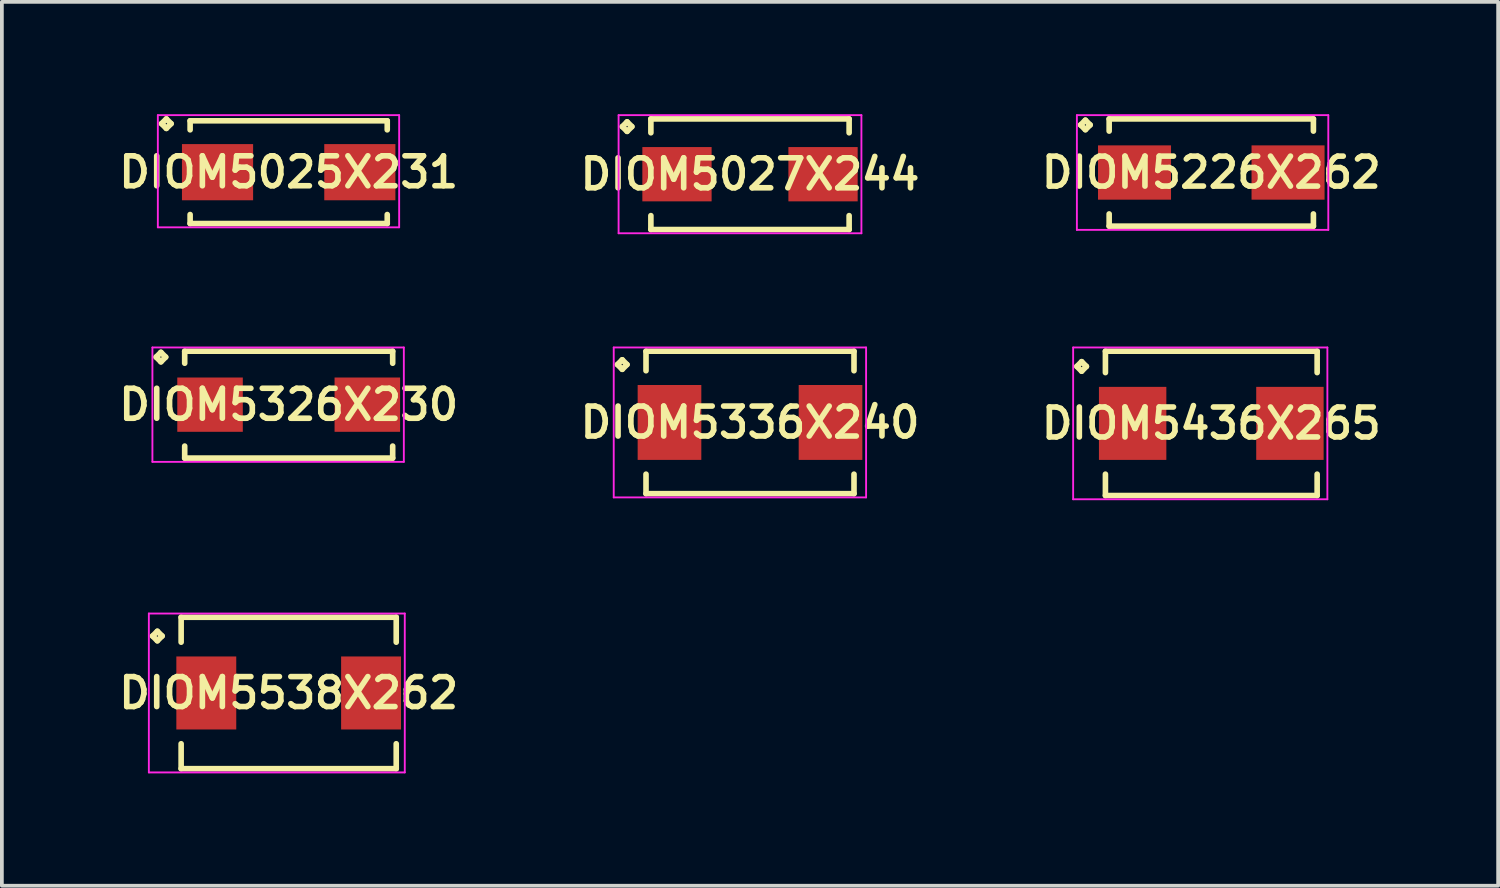
<source format=kicad_pcb>
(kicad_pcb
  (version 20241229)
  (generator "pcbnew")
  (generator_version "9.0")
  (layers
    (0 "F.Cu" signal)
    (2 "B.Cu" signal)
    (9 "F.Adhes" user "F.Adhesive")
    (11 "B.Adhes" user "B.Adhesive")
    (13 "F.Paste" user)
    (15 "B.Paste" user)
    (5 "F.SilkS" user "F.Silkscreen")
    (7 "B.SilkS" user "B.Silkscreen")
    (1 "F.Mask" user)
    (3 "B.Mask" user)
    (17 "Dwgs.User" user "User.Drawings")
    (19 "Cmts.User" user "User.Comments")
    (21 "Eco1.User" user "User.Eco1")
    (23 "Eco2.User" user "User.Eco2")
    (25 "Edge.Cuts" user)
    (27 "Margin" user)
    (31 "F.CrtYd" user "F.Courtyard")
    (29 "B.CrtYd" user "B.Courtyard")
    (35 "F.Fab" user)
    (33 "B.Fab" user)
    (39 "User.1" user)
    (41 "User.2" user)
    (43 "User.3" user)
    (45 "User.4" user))
  (footprint "DIOM5326X230"
    (layer "F.Cu")
    (at 4.659 7.756)
    (property "Reference" "DIOM5326X230" (at 0 0 0) (layer "F.SilkS") (effects (font (size 0.8 0.8) (thickness 0.15))))
    (attr smd)
    (fp_line (start -3.539 -1.271) (end -3.412 -1.398) (stroke (width 0.15) (type solid)) (layer "F.SilkS"))
    (fp_line (start -3.412 -1.398) (end -3.285 -1.271) (stroke (width 0.15) (type solid)) (layer "F.SilkS"))
    (fp_line (start -3.412 -1.144) (end -3.539 -1.271) (stroke (width 0.15) (type solid)) (layer "F.SilkS"))
    (fp_line (start -3.285 -1.271) (end -3.412 -1.144) (stroke (width 0.15) (type solid)) (layer "F.SilkS"))
    (fp_line (start -2.777 -1.427) (end 2.777 -1.427) (stroke (width 0.15) (type solid)) (layer "F.SilkS"))
    (fp_line (start -2.777 -1.106) (end -2.777 -1.427) (stroke (width 0.15) (type solid)) (layer "F.SilkS"))
    (fp_line (start -2.777 1.106) (end -2.777 1.427) (stroke (width 0.15) (type solid)) (layer "F.SilkS"))
    (fp_line (start -2.777 1.427) (end 2.777 1.427) (stroke (width 0.15) (type solid)) (layer "F.SilkS"))
    (fp_line (start 2.777 -1.427) (end 2.777 -1.106) (stroke (width 0.15) (type solid)) (layer "F.SilkS"))
    (fp_line (start 2.777 1.427) (end 2.777 1.106) (stroke (width 0.15) (type solid)) (layer "F.SilkS"))
    (fp_line (start -3.639 -1.527) (end 3.075 -1.527) (stroke (width 0.05) (type solid)) (layer "F.CrtYd"))
    (fp_line (start -3.639 1.527) (end -3.639 -1.527) (stroke (width 0.05) (type solid)) (layer "F.CrtYd"))
    (fp_line (start 3.075 -1.527) (end 3.075 1.527) (stroke (width 0.05) (type solid)) (layer "F.CrtYd"))
    (fp_line (start 3.075 1.527) (end -3.639 1.527) (stroke (width 0.05) (type solid)) (layer "F.CrtYd"))
    (pad "1" smd rect (at -2.1 0) (size 1.75 1.45) (layers "F.Cu" "F.Mask" "F.Paste"))
    (pad "2" smd rect (at 2.1 0) (size 1.75 1.45) (layers "F.Cu" "F.Mask" "F.Paste")))
  (footprint "DIOM5027X244"
    (layer "F.Cu")
    (at 16.978 1.602)
    (property "Reference" "DIOM5027X244" (at 0 0 0) (layer "F.SilkS") (effects (font (size 0.8 0.8) (thickness 0.15))))
    (attr smd)
    (fp_line (start -3.409 -1.271) (end -3.282 -1.398) (stroke (width 0.15) (type solid)) (layer "F.SilkS"))
    (fp_line (start -3.282 -1.398) (end -3.155 -1.271) (stroke (width 0.15) (type solid)) (layer "F.SilkS"))
    (fp_line (start -3.282 -1.144) (end -3.409 -1.271) (stroke (width 0.15) (type solid)) (layer "F.SilkS"))
    (fp_line (start -3.155 -1.271) (end -3.282 -1.144) (stroke (width 0.15) (type solid)) (layer "F.SilkS"))
    (fp_line (start -2.647 -1.477) (end 2.647 -1.477) (stroke (width 0.15) (type solid)) (layer "F.SilkS"))
    (fp_line (start -2.647 -1.106) (end -2.647 -1.477) (stroke (width 0.15) (type solid)) (layer "F.SilkS"))
    (fp_line (start -2.647 1.106) (end -2.647 1.477) (stroke (width 0.15) (type solid)) (layer "F.SilkS"))
    (fp_line (start -2.647 1.477) (end 2.647 1.477) (stroke (width 0.15) (type solid)) (layer "F.SilkS"))
    (fp_line (start 2.647 -1.477) (end 2.647 -1.106) (stroke (width 0.15) (type solid)) (layer "F.SilkS"))
    (fp_line (start 2.647 1.477) (end 2.647 1.106) (stroke (width 0.15) (type solid)) (layer "F.SilkS"))
    (fp_line (start -3.509 -1.577) (end 2.975 -1.577) (stroke (width 0.05) (type solid)) (layer "F.CrtYd"))
    (fp_line (start -3.509 1.577) (end -3.509 -1.577) (stroke (width 0.05) (type solid)) (layer "F.CrtYd"))
    (fp_line (start 2.975 -1.577) (end 2.975 1.577) (stroke (width 0.05) (type solid)) (layer "F.CrtYd"))
    (fp_line (start 2.975 1.577) (end -3.509 1.577) (stroke (width 0.05) (type solid)) (layer "F.CrtYd"))
    (pad "1" smd rect (at -1.95 0) (size 1.85 1.45) (layers "F.Cu" "F.Mask" "F.Paste"))
    (pad "2" smd rect (at 1.95 0) (size 1.85 1.45) (layers "F.Cu" "F.Mask" "F.Paste")))
  (footprint "DIOM5538X262"
    (layer "F.Cu")
    (at 4.659 15.455)
    (property "Reference" "DIOM5538X262" (at 0 0 0) (layer "F.SilkS") (effects (font (size 0.8 0.8) (thickness 0.15))))
    (attr smd)
    (fp_line (start -3.634 -1.521) (end -3.507 -1.648) (stroke (width 0.15) (type solid)) (layer "F.SilkS"))
    (fp_line (start -3.507 -1.648) (end -3.38 -1.521) (stroke (width 0.15) (type solid)) (layer "F.SilkS"))
    (fp_line (start -3.507 -1.394) (end -3.634 -1.521) (stroke (width 0.15) (type solid)) (layer "F.SilkS"))
    (fp_line (start -3.38 -1.521) (end -3.507 -1.394) (stroke (width 0.15) (type solid)) (layer "F.SilkS"))
    (fp_line (start -2.872 -2.022) (end 2.872 -2.022) (stroke (width 0.15) (type solid)) (layer "F.SilkS"))
    (fp_line (start -2.872 -1.356) (end -2.872 -2.022) (stroke (width 0.15) (type solid)) (layer "F.SilkS"))
    (fp_line (start -2.872 1.356) (end -2.872 2.022) (stroke (width 0.15) (type solid)) (layer "F.SilkS"))
    (fp_line (start -2.872 2.022) (end 2.872 2.022) (stroke (width 0.15) (type solid)) (layer "F.SilkS"))
    (fp_line (start 2.872 -2.022) (end 2.872 -1.356) (stroke (width 0.15) (type solid)) (layer "F.SilkS"))
    (fp_line (start 2.872 2.022) (end 2.872 1.356) (stroke (width 0.15) (type solid)) (layer "F.SilkS"))
    (fp_line (start -3.734 -2.122) (end 3.1 -2.122) (stroke (width 0.05) (type solid)) (layer "F.CrtYd"))
    (fp_line (start -3.734 2.122) (end -3.734 -2.122) (stroke (width 0.05) (type solid)) (layer "F.CrtYd"))
    (fp_line (start 3.1 -2.122) (end 3.1 2.122) (stroke (width 0.05) (type solid)) (layer "F.CrtYd"))
    (fp_line (start 3.1 2.122) (end -3.734 2.122) (stroke (width 0.05) (type solid)) (layer "F.CrtYd"))
    (pad "1" smd rect (at -2.2 0) (size 1.6 1.95) (layers "F.Cu" "F.Mask" "F.Paste"))
    (pad "2" smd rect (at 2.2 0) (size 1.6 1.95) (layers "F.Cu" "F.Mask" "F.Paste")))
  (footprint "DIOM5025X231"
    (layer "F.Cu")
    (at 4.659 1.548)
    (property "Reference" "DIOM5025X231" (at 0 0 0) (layer "F.SilkS") (effects (font (size 0.8 0.8) (thickness 0.15))))
    (attr smd)
    (fp_line (start -3.394 -1.296) (end -3.267 -1.423) (stroke (width 0.15) (type solid)) (layer "F.SilkS"))
    (fp_line (start -3.267 -1.423) (end -3.14 -1.296) (stroke (width 0.15) (type solid)) (layer "F.SilkS"))
    (fp_line (start -3.267 -1.169) (end -3.394 -1.296) (stroke (width 0.15) (type solid)) (layer "F.SilkS"))
    (fp_line (start -3.14 -1.296) (end -3.267 -1.169) (stroke (width 0.15) (type solid)) (layer "F.SilkS"))
    (fp_line (start -2.632 -1.372) (end 2.632 -1.372) (stroke (width 0.15) (type solid)) (layer "F.SilkS"))
    (fp_line (start -2.632 -1.131) (end -2.632 -1.372) (stroke (width 0.15) (type solid)) (layer "F.SilkS"))
    (fp_line (start -2.632 1.131) (end -2.632 1.372) (stroke (width 0.15) (type solid)) (layer "F.SilkS"))
    (fp_line (start -2.632 1.372) (end 2.632 1.372) (stroke (width 0.15) (type solid)) (layer "F.SilkS"))
    (fp_line (start 2.632 -1.372) (end 2.632 -1.131) (stroke (width 0.15) (type solid)) (layer "F.SilkS"))
    (fp_line (start 2.632 1.372) (end 2.632 1.131) (stroke (width 0.15) (type solid)) (layer "F.SilkS"))
    (fp_line (start -3.494 -1.523) (end 2.95 -1.523) (stroke (width 0.05) (type solid)) (layer "F.CrtYd"))
    (fp_line (start -3.494 1.472) (end -3.494 -1.523) (stroke (width 0.05) (type solid)) (layer "F.CrtYd"))
    (fp_line (start 2.95 -1.523) (end 2.95 1.472) (stroke (width 0.05) (type solid)) (layer "F.CrtYd"))
    (fp_line (start 2.95 1.472) (end -3.494 1.472) (stroke (width 0.05) (type solid)) (layer "F.CrtYd"))
    (pad "1" smd rect (at -1.9 0) (size 1.9 1.5) (layers "F.Cu" "F.Mask" "F.Paste"))
    (pad "2" smd rect (at 1.9 0) (size 1.9 1.5) (layers "F.Cu" "F.Mask" "F.Paste")))
  (footprint "DIOM5226X262"
    (layer "F.Cu")
    (at 29.296 1.557)
    (property "Reference" "DIOM5226X262" (at 0 0 0) (layer "F.SilkS") (effects (font (size 0.8 0.8) (thickness 0.15))))
    (attr smd)
    (fp_line (start -3.489 -1.271) (end -3.362 -1.398) (stroke (width 0.15) (type solid)) (layer "F.SilkS"))
    (fp_line (start -3.362 -1.398) (end -3.235 -1.271) (stroke (width 0.15) (type solid)) (layer "F.SilkS"))
    (fp_line (start -3.362 -1.144) (end -3.489 -1.271) (stroke (width 0.15) (type solid)) (layer "F.SilkS"))
    (fp_line (start -3.235 -1.271) (end -3.362 -1.144) (stroke (width 0.15) (type solid)) (layer "F.SilkS"))
    (fp_line (start -2.727 -1.432) (end 2.727 -1.432) (stroke (width 0.15) (type solid)) (layer "F.SilkS"))
    (fp_line (start -2.727 -1.106) (end -2.727 -1.432) (stroke (width 0.15) (type solid)) (layer "F.SilkS"))
    (fp_line (start -2.727 1.106) (end -2.727 1.432) (stroke (width 0.15) (type solid)) (layer "F.SilkS"))
    (fp_line (start -2.727 1.432) (end 2.727 1.432) (stroke (width 0.15) (type solid)) (layer "F.SilkS"))
    (fp_line (start 2.727 -1.432) (end 2.727 -1.106) (stroke (width 0.15) (type solid)) (layer "F.SilkS"))
    (fp_line (start 2.727 1.432) (end 2.727 1.106) (stroke (width 0.15) (type solid)) (layer "F.SilkS"))
    (fp_line (start -3.589 -1.532) (end 3.125 -1.532) (stroke (width 0.05) (type solid)) (layer "F.CrtYd"))
    (fp_line (start -3.589 1.532) (end -3.589 -1.532) (stroke (width 0.05) (type solid)) (layer "F.CrtYd"))
    (fp_line (start 3.125 -1.532) (end 3.125 1.532) (stroke (width 0.05) (type solid)) (layer "F.CrtYd"))
    (fp_line (start 3.125 1.532) (end -3.589 1.532) (stroke (width 0.05) (type solid)) (layer "F.CrtYd"))
    (pad "1" smd rect (at -2.05 0) (size 1.95 1.45) (layers "F.Cu" "F.Mask" "F.Paste"))
    (pad "2" smd rect (at 2.05 0) (size 1.95 1.45) (layers "F.Cu" "F.Mask" "F.Paste")))
  (footprint "DIOM5436X265"
    (layer "F.Cu")
    (at 29.296 8.256)
    (property "Reference" "DIOM5436X265" (at 0 0 0) (layer "F.SilkS") (effects (font (size 0.8 0.8) (thickness 0.15))))
    (attr smd)
    (fp_line (start -3.589 -1.521) (end -3.462 -1.648) (stroke (width 0.15) (type solid)) (layer "F.SilkS"))
    (fp_line (start -3.462 -1.648) (end -3.335 -1.521) (stroke (width 0.15) (type solid)) (layer "F.SilkS"))
    (fp_line (start -3.462 -1.394) (end -3.589 -1.521) (stroke (width 0.15) (type solid)) (layer "F.SilkS"))
    (fp_line (start -3.335 -1.521) (end -3.462 -1.394) (stroke (width 0.15) (type solid)) (layer "F.SilkS"))
    (fp_line (start -2.827 -1.927) (end 2.827 -1.927) (stroke (width 0.15) (type solid)) (layer "F.SilkS"))
    (fp_line (start -2.827 -1.356) (end -2.827 -1.927) (stroke (width 0.15) (type solid)) (layer "F.SilkS"))
    (fp_line (start -2.827 1.356) (end -2.827 1.927) (stroke (width 0.15) (type solid)) (layer "F.SilkS"))
    (fp_line (start -2.827 1.927) (end 2.827 1.927) (stroke (width 0.15) (type solid)) (layer "F.SilkS"))
    (fp_line (start 2.827 -1.927) (end 2.827 -1.356) (stroke (width 0.15) (type solid)) (layer "F.SilkS"))
    (fp_line (start 2.827 1.927) (end 2.827 1.356) (stroke (width 0.15) (type solid)) (layer "F.SilkS"))
    (fp_line (start -3.689 -2.027) (end 3.1 -2.027) (stroke (width 0.05) (type solid)) (layer "F.CrtYd"))
    (fp_line (start -3.689 2.027) (end -3.689 -2.027) (stroke (width 0.05) (type solid)) (layer "F.CrtYd"))
    (fp_line (start 3.1 -2.027) (end 3.1 2.027) (stroke (width 0.05) (type solid)) (layer "F.CrtYd"))
    (fp_line (start 3.1 2.027) (end -3.689 2.027) (stroke (width 0.05) (type solid)) (layer "F.CrtYd"))
    (pad "1" smd rect (at -2.1 0) (size 1.8 1.95) (layers "F.Cu" "F.Mask" "F.Paste"))
    (pad "2" smd rect (at 2.1 0) (size 1.8 1.95) (layers "F.Cu" "F.Mask" "F.Paste")))
  (footprint "DIOM5336X240"
    (layer "F.Cu")
    (at 16.978 8.231)
    (property "Reference" "DIOM5336X240" (at 0 0 0) (layer "F.SilkS") (effects (font (size 0.8 0.8) (thickness 0.15))))
    (attr smd)
    (fp_line (start -3.539 -1.546) (end -3.412 -1.673) (stroke (width 0.15) (type solid)) (layer "F.SilkS"))
    (fp_line (start -3.412 -1.673) (end -3.285 -1.546) (stroke (width 0.15) (type solid)) (layer "F.SilkS"))
    (fp_line (start -3.412 -1.419) (end -3.539 -1.546) (stroke (width 0.15) (type solid)) (layer "F.SilkS"))
    (fp_line (start -3.285 -1.546) (end -3.412 -1.419) (stroke (width 0.15) (type solid)) (layer "F.SilkS"))
    (fp_line (start -2.777 -1.902) (end 2.777 -1.902) (stroke (width 0.15) (type solid)) (layer "F.SilkS"))
    (fp_line (start -2.777 -1.381) (end -2.777 -1.902) (stroke (width 0.15) (type solid)) (layer "F.SilkS"))
    (fp_line (start -2.777 1.381) (end -2.777 1.902) (stroke (width 0.15) (type solid)) (layer "F.SilkS"))
    (fp_line (start -2.777 1.902) (end 2.777 1.902) (stroke (width 0.15) (type solid)) (layer "F.SilkS"))
    (fp_line (start 2.777 -1.902) (end 2.777 -1.381) (stroke (width 0.15) (type solid)) (layer "F.SilkS"))
    (fp_line (start 2.777 1.902) (end 2.777 1.381) (stroke (width 0.15) (type solid)) (layer "F.SilkS"))
    (fp_line (start -3.639 -2.002) (end 3.1 -2.002) (stroke (width 0.05) (type solid)) (layer "F.CrtYd"))
    (fp_line (start -3.639 2.002) (end -3.639 -2.002) (stroke (width 0.05) (type solid)) (layer "F.CrtYd"))
    (fp_line (start 3.1 -2.002) (end 3.1 2.002) (stroke (width 0.05) (type solid)) (layer "F.CrtYd"))
    (fp_line (start 3.1 2.002) (end -3.639 2.002) (stroke (width 0.05) (type solid)) (layer "F.CrtYd"))
    (pad "1" smd rect (at -2.15 0) (size 1.7 2) (layers "F.Cu" "F.Mask" "F.Paste"))
    (pad "2" smd rect (at 2.15 0) (size 1.7 2) (layers "F.Cu" "F.Mask" "F.Paste")))
  (gr_rect
    (start -3 -3)
    (end 36.956 20.602)
    (stroke (width 0.1) (type default))
    (fill no)
    (layer "Edge.Cuts")))
</source>
